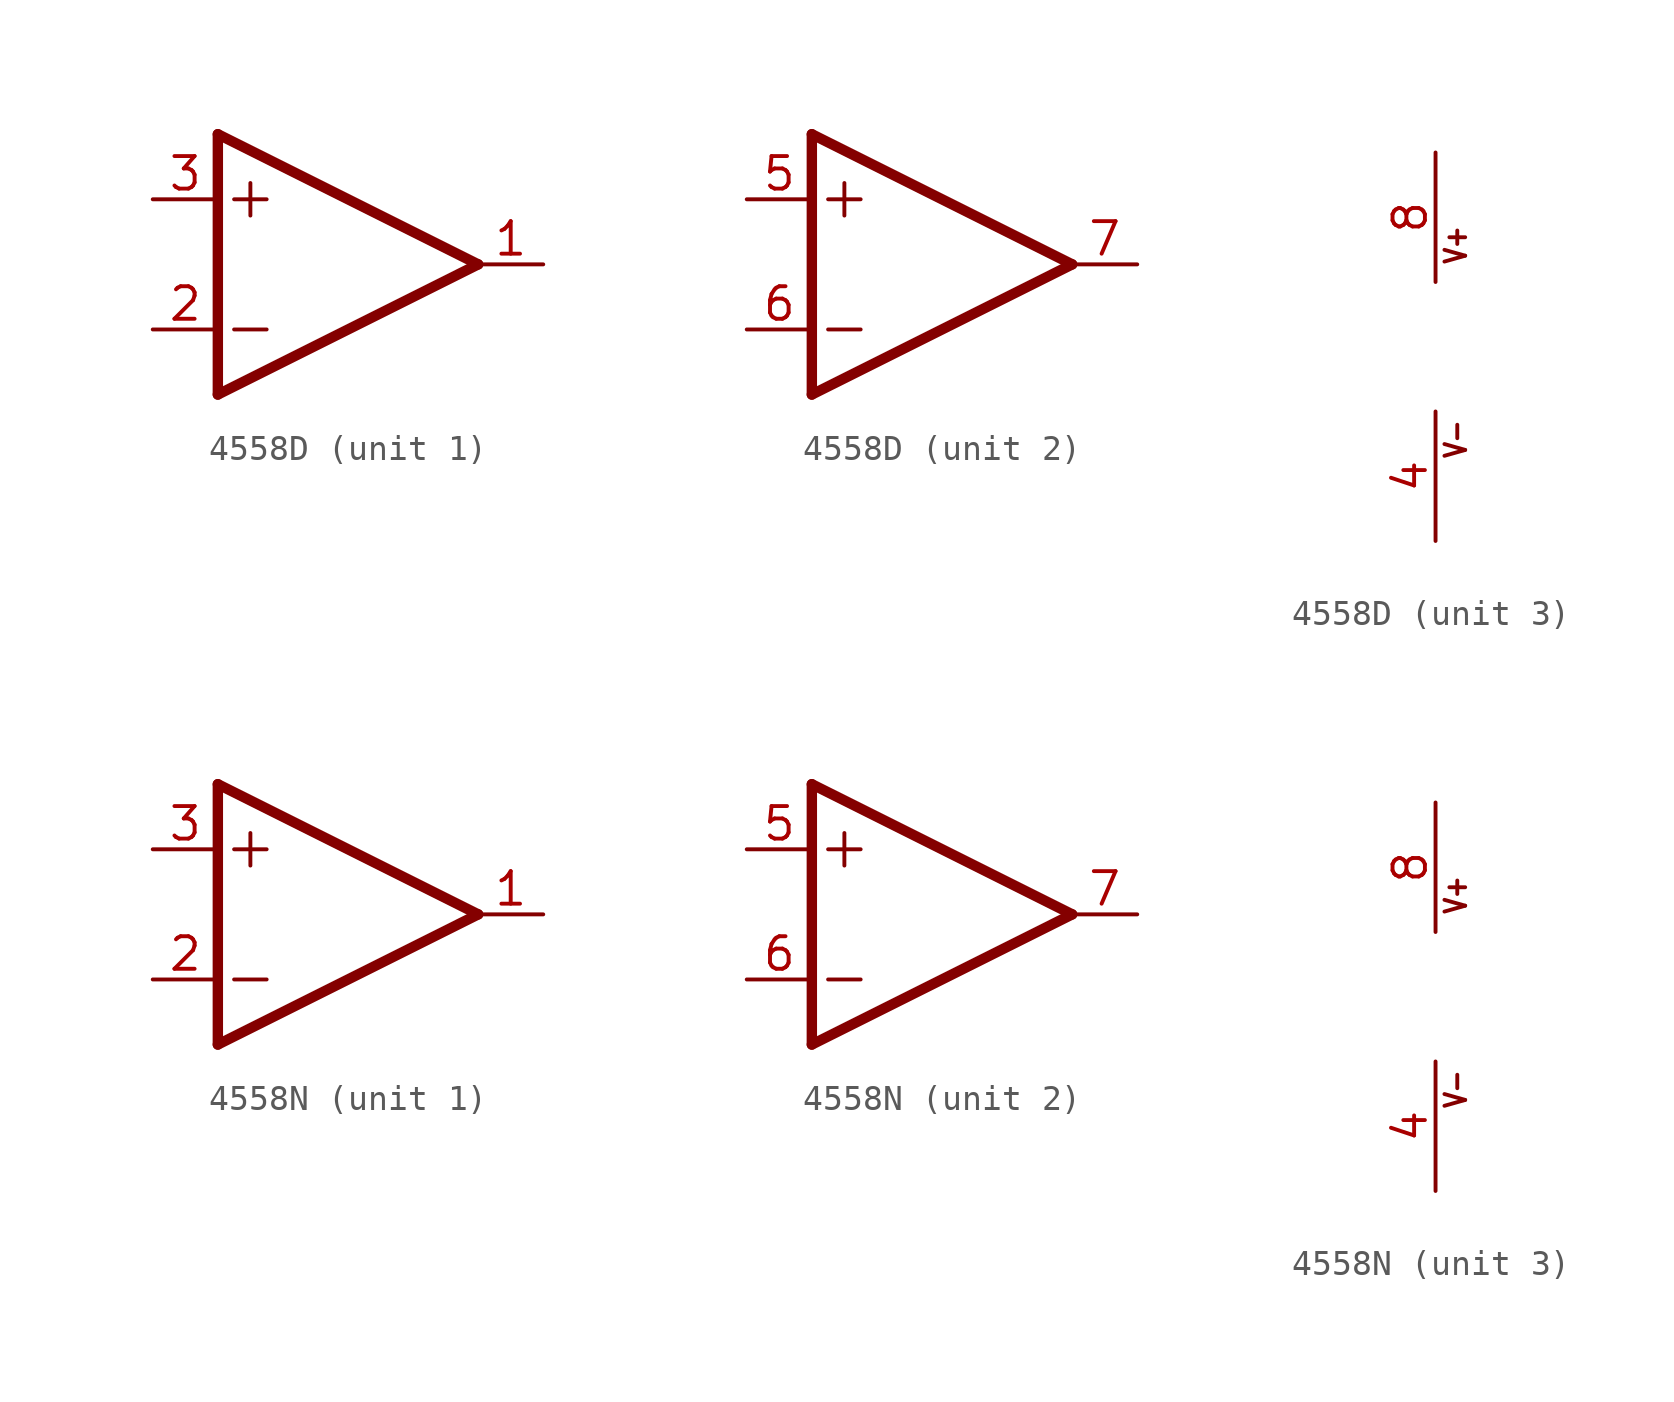
<source format=kicad_sym>
(kicad_symbol_lib
  (version 20211014)
  (generator kicad_symbol_editor)
  (symbol "4558D"
    (property "Reference" "IC"
      (at 2.54 3.175 0)
      (effects (font (size 1.778 1.511)) (justify left bottom) hide))
    (property "ki_locked" ""
      (at 0 0 0)
      (effects (font (size 1.27 1.27))))
    (symbol "4558D_1_0"
      (polyline (pts (xy -5.08 -5.08) (xy 5.08 0)) (stroke (width 0.406) (type default) (color 0 0 0 0)) (fill (type none)))
      (polyline (pts (xy -5.08 5.08) (xy -5.08 -5.08)) (stroke (width 0.406) (type default) (color 0 0 0 0)) (fill (type none)))
      (polyline (pts (xy -4.445 -2.54) (xy -3.175 -2.54)) (stroke (width 0.152) (type default) (color 0 0 0 0)) (fill (type none)))
      (polyline (pts (xy -4.445 2.54) (xy -3.175 2.54)) (stroke (width 0.152) (type default) (color 0 0 0 0)) (fill (type none)))
      (polyline (pts (xy -3.81 3.175) (xy -3.81 1.905)) (stroke (width 0.152) (type default) (color 0 0 0 0)) (fill (type none)))
      (polyline (pts (xy 5.08 0) (xy -5.08 5.08)) (stroke (width 0.406) (type default) (color 0 0 0 0)) (fill (type none)))
      (pin output line (at 7.62 0 180) (length 2.54) (name "OUT" (effects (font (size 0 0)))) (number "1" (effects (font (size 1.27 1.27)))))
      (pin input line (at -7.62 -2.54 0) (length 2.54) (name "-IN" (effects (font (size 0 0)))) (number "2" (effects (font (size 1.27 1.27)))))
      (pin input line (at -7.62 2.54 0) (length 2.54) (name "+IN" (effects (font (size 0 0)))) (number "3" (effects (font (size 1.27 1.27))))))
    (symbol "4558D_2_0"
      (polyline (pts (xy -5.08 -5.08) (xy 5.08 0)) (stroke (width 0.406) (type default) (color 0 0 0 0)) (fill (type none)))
      (polyline (pts (xy -5.08 5.08) (xy -5.08 -5.08)) (stroke (width 0.406) (type default) (color 0 0 0 0)) (fill (type none)))
      (polyline (pts (xy -4.445 -2.54) (xy -3.175 -2.54)) (stroke (width 0.152) (type default) (color 0 0 0 0)) (fill (type none)))
      (polyline (pts (xy -4.445 2.54) (xy -3.175 2.54)) (stroke (width 0.152) (type default) (color 0 0 0 0)) (fill (type none)))
      (polyline (pts (xy -3.81 3.175) (xy -3.81 1.905)) (stroke (width 0.152) (type default) (color 0 0 0 0)) (fill (type none)))
      (polyline (pts (xy 5.08 0) (xy -5.08 5.08)) (stroke (width 0.406) (type default) (color 0 0 0 0)) (fill (type none)))
      (pin input line (at -7.62 2.54 0) (length 2.54) (name "+IN" (effects (font (size 0 0)))) (number "5" (effects (font (size 1.27 1.27)))))
      (pin input line (at -7.62 -2.54 0) (length 2.54) (name "-IN" (effects (font (size 0 0)))) (number "6" (effects (font (size 1.27 1.27)))))
      (pin output line (at 7.62 0 180) (length 2.54) (name "OUT" (effects (font (size 0 0)))) (number "7" (effects (font (size 1.27 1.27))))))
    (symbol "4558D_3_0"
      (text "V+" (at 1.27 3.175 900) (effects (font (size 0.813 0.691)) (justify left bottom)))
      (text "V-" (at 1.27 -4.445 900) (effects (font (size 0.813 0.691)) (justify left bottom)))
      (pin power_in line (at 0 -7.62 90) (length 5.08) (name "V-" (effects (font (size 0 0)))) (number "4" (effects (font (size 1.27 1.27)))))
      (pin power_in line (at 0 7.62 270) (length 5.08) (name "V+" (effects (font (size 0 0)))) (number "8" (effects (font (size 1.27 1.27)))))))
  (symbol "4558N"
    (property "Reference" "IC"
      (at 2.54 3.175 0)
      (effects (font (size 1.778 1.511)) (justify left bottom) hide))
    (property "ki_locked" ""
      (at 0 0 0)
      (effects (font (size 1.27 1.27))))
    (symbol "4558N_1_0"
      (polyline (pts (xy -5.08 -5.08) (xy 5.08 0)) (stroke (width 0.406) (type default) (color 0 0 0 0)) (fill (type none)))
      (polyline (pts (xy -5.08 5.08) (xy -5.08 -5.08)) (stroke (width 0.406) (type default) (color 0 0 0 0)) (fill (type none)))
      (polyline (pts (xy -4.445 -2.54) (xy -3.175 -2.54)) (stroke (width 0.152) (type default) (color 0 0 0 0)) (fill (type none)))
      (polyline (pts (xy -4.445 2.54) (xy -3.175 2.54)) (stroke (width 0.152) (type default) (color 0 0 0 0)) (fill (type none)))
      (polyline (pts (xy -3.81 3.175) (xy -3.81 1.905)) (stroke (width 0.152) (type default) (color 0 0 0 0)) (fill (type none)))
      (polyline (pts (xy 5.08 0) (xy -5.08 5.08)) (stroke (width 0.406) (type default) (color 0 0 0 0)) (fill (type none)))
      (pin output line (at 7.62 0 180) (length 2.54) (name "OUT" (effects (font (size 0 0)))) (number "1" (effects (font (size 1.27 1.27)))))
      (pin input line (at -7.62 -2.54 0) (length 2.54) (name "-IN" (effects (font (size 0 0)))) (number "2" (effects (font (size 1.27 1.27)))))
      (pin input line (at -7.62 2.54 0) (length 2.54) (name "+IN" (effects (font (size 0 0)))) (number "3" (effects (font (size 1.27 1.27))))))
    (symbol "4558N_2_0"
      (polyline (pts (xy -5.08 -5.08) (xy 5.08 0)) (stroke (width 0.406) (type default) (color 0 0 0 0)) (fill (type none)))
      (polyline (pts (xy -5.08 5.08) (xy -5.08 -5.08)) (stroke (width 0.406) (type default) (color 0 0 0 0)) (fill (type none)))
      (polyline (pts (xy -4.445 -2.54) (xy -3.175 -2.54)) (stroke (width 0.152) (type default) (color 0 0 0 0)) (fill (type none)))
      (polyline (pts (xy -4.445 2.54) (xy -3.175 2.54)) (stroke (width 0.152) (type default) (color 0 0 0 0)) (fill (type none)))
      (polyline (pts (xy -3.81 3.175) (xy -3.81 1.905)) (stroke (width 0.152) (type default) (color 0 0 0 0)) (fill (type none)))
      (polyline (pts (xy 5.08 0) (xy -5.08 5.08)) (stroke (width 0.406) (type default) (color 0 0 0 0)) (fill (type none)))
      (pin input line (at -7.62 2.54 0) (length 2.54) (name "+IN" (effects (font (size 0 0)))) (number "5" (effects (font (size 1.27 1.27)))))
      (pin input line (at -7.62 -2.54 0) (length 2.54) (name "-IN" (effects (font (size 0 0)))) (number "6" (effects (font (size 1.27 1.27)))))
      (pin output line (at 7.62 0 180) (length 2.54) (name "OUT" (effects (font (size 0 0)))) (number "7" (effects (font (size 1.27 1.27))))))
    (symbol "4558N_3_0"
      (text "V+" (at 1.27 3.175 900) (effects (font (size 0.813 0.691)) (justify left bottom)))
      (text "V-" (at 1.27 -4.445 900) (effects (font (size 0.813 0.691)) (justify left bottom)))
      (pin power_in line (at 0 -7.62 90) (length 5.08) (name "V-" (effects (font (size 0 0)))) (number "4" (effects (font (size 1.27 1.27)))))
      (pin power_in line (at 0 7.62 270) (length 5.08) (name "V+" (effects (font (size 0 0)))) (number "8" (effects (font (size 1.27 1.27))))))))
</source>
